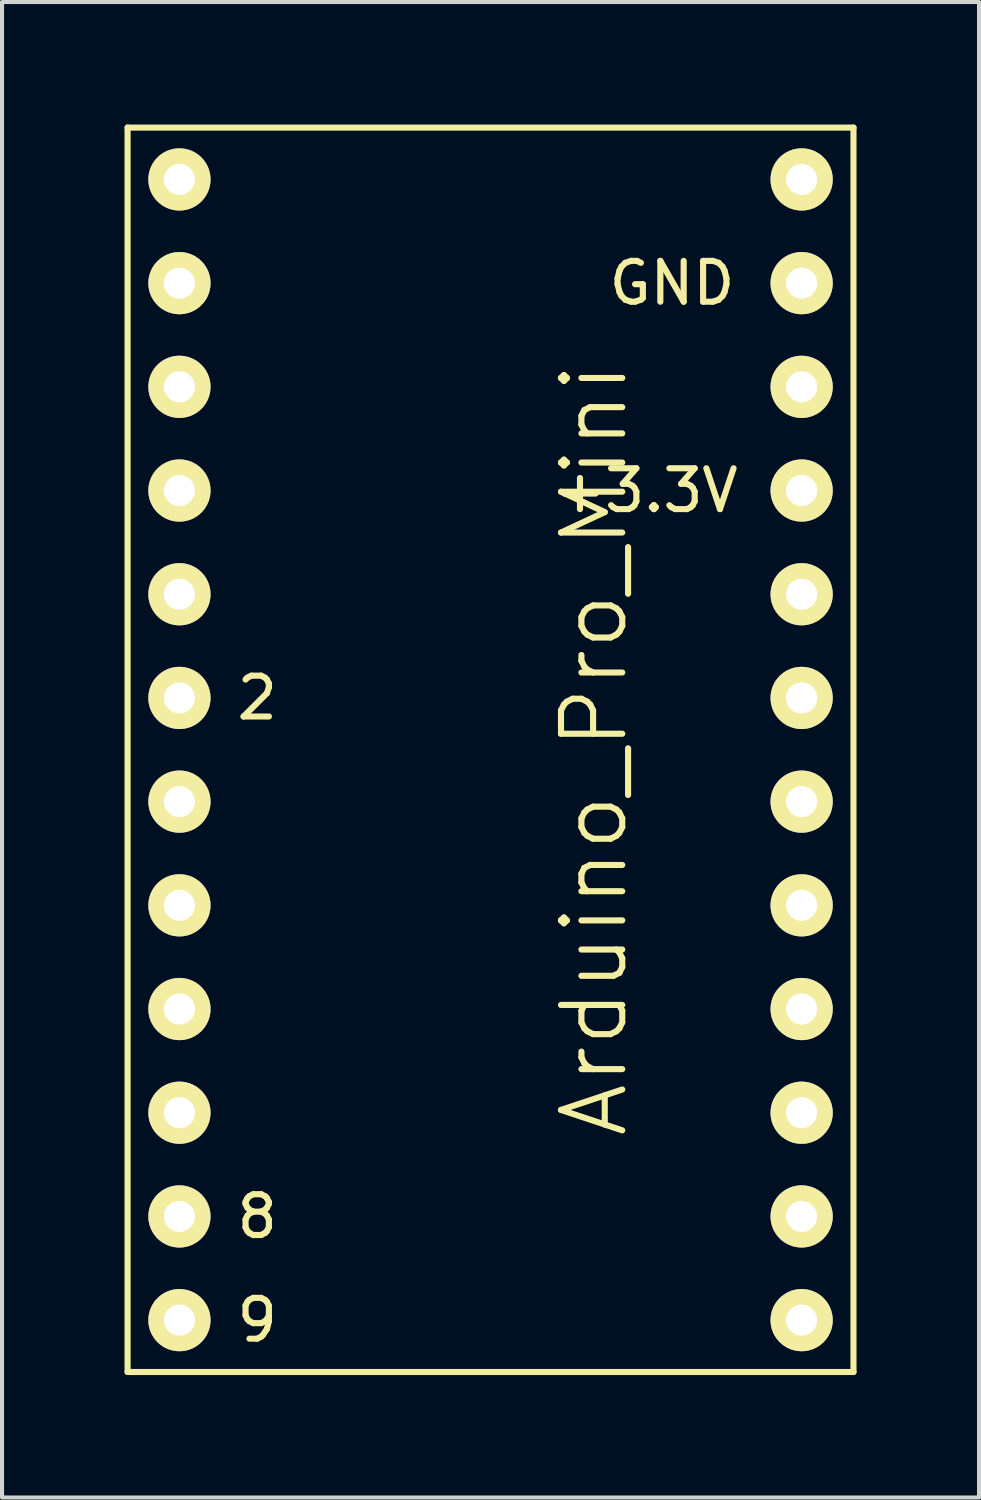
<source format=kicad_pcb>
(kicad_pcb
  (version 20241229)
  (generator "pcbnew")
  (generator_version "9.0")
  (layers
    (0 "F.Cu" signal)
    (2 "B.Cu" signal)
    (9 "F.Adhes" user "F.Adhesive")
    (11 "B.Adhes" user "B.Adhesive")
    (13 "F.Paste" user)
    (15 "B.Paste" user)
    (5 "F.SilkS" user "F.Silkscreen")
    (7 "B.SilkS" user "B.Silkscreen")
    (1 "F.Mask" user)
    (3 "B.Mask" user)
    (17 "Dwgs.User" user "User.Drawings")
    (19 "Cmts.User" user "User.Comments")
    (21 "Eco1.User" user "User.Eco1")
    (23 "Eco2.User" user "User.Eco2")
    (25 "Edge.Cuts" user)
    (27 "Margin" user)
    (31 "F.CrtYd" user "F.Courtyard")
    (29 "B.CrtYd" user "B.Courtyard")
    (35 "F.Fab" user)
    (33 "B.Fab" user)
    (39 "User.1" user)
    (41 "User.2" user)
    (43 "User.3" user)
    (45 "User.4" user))
  (footprint "Arduino_Pro_Mini"
    (layer "F.Cu")
    (at 8.965 29.285)
    (property "Reference" "Arduino_Pro_Mini" (at 2.54 -13.97 90) (layer "F.SilkS") (effects (font (size 1.5 1.5) (thickness 0.15))))
    (attr through_hole)
    (fp_line (start -8.89 -29.21) (end 8.89 -29.21) (stroke (width 0.15) (type solid)) (layer "F.SilkS"))
    (fp_line (start -8.89 1.27) (end -8.89 -29.21) (stroke (width 0.15) (type solid)) (layer "F.SilkS"))
    (fp_line (start 8.89 -29.21) (end 8.89 1.27) (stroke (width 0.15) (type solid)) (layer "F.SilkS"))
    (fp_line (start 8.89 1.27) (end -8.89 1.27) (stroke (width 0.15) (type solid)) (layer "F.SilkS"))
    (fp_text user "8" (at -5.715 -2.54 0) (layer "F.SilkS") (effects (font (size 1 1) (thickness 0.15))))
    (fp_text user "9" (at -5.715 0 0) (layer "F.SilkS") (effects (font (size 1 1) (thickness 0.15))))
    (fp_text user "+3.3V" (at 3.81 -20.32 0) (layer "F.SilkS") (effects (font (size 1 1) (thickness 0.15))))
    (fp_text user "2" (at -5.715 -15.24 0) (layer "F.SilkS") (effects (font (size 1 1) (thickness 0.15))))
    (fp_text user "GND" (at 4.445 -25.4 0) (layer "F.SilkS") (effects (font (size 1 1) (thickness 0.15))))
    (pad "1" thru_hole circle (at -7.62 -27.94) (size 1.524 1.524) (drill 0.762) (layers "*.Cu" "*.Mask" "F.SilkS"))
    (pad "2" thru_hole circle (at -7.62 -25.4) (size 1.524 1.524) (drill 0.762) (layers "*.Cu" "*.Mask" "F.SilkS"))
    (pad "3" thru_hole circle (at -7.62 -22.86) (size 1.524 1.524) (drill 0.762) (layers "*.Cu" "*.Mask" "F.SilkS"))
    (pad "4" thru_hole circle (at -7.62 -20.32) (size 1.524 1.524) (drill 0.762) (layers "*.Cu" "*.Mask" "F.SilkS"))
    (pad "5" thru_hole circle (at -7.62 -17.78) (size 1.524 1.524) (drill 0.762) (layers "*.Cu" "*.Mask" "F.SilkS"))
    (pad "6" thru_hole circle (at -7.62 -15.24) (size 1.524 1.524) (drill 0.762) (layers "*.Cu" "*.Mask" "F.SilkS"))
    (pad "7" thru_hole circle (at -7.62 -12.7) (size 1.524 1.524) (drill 0.762) (layers "*.Cu" "*.Mask" "F.SilkS"))
    (pad "8" thru_hole circle (at -7.62 -10.16) (size 1.524 1.524) (drill 0.762) (layers "*.Cu" "*.Mask" "F.SilkS"))
    (pad "9" thru_hole circle (at -7.62 -7.62) (size 1.524 1.524) (drill 0.762) (layers "*.Cu" "*.Mask" "F.SilkS"))
    (pad "10" thru_hole circle (at -7.62 -5.08) (size 1.524 1.524) (drill 0.762) (layers "*.Cu" "*.Mask" "F.SilkS"))
    (pad "11" thru_hole circle (at -7.62 -2.54) (size 1.524 1.524) (drill 0.762) (layers "*.Cu" "*.Mask" "F.SilkS"))
    (pad "12" thru_hole circle (at -7.62 0) (size 1.524 1.524) (drill 0.762) (layers "*.Cu" "*.Mask" "F.SilkS"))
    (pad "13" thru_hole circle (at 7.62 0) (size 1.524 1.524) (drill 0.762) (layers "*.Cu" "*.Mask" "F.SilkS"))
    (pad "14" thru_hole circle (at 7.62 -2.54) (size 1.524 1.524) (drill 0.762) (layers "*.Cu" "*.Mask" "F.SilkS"))
    (pad "15" thru_hole circle (at 7.62 -5.08) (size 1.524 1.524) (drill 0.762) (layers "*.Cu" "*.Mask" "F.SilkS"))
    (pad "16" thru_hole circle (at 7.62 -7.62) (size 1.524 1.524) (drill 0.762) (layers "*.Cu" "*.Mask" "F.SilkS"))
    (pad "17" thru_hole circle (at 7.62 -10.16) (size 1.524 1.524) (drill 0.762) (layers "*.Cu" "*.Mask" "F.SilkS"))
    (pad "18" thru_hole circle (at 7.62 -12.7) (size 1.524 1.524) (drill 0.762) (layers "*.Cu" "*.Mask" "F.SilkS"))
    (pad "19" thru_hole circle (at 7.62 -15.24) (size 1.524 1.524) (drill 0.762) (layers "*.Cu" "*.Mask" "F.SilkS"))
    (pad "20" thru_hole circle (at 7.62 -17.78) (size 1.524 1.524) (drill 0.762) (layers "*.Cu" "*.Mask" "F.SilkS"))
    (pad "21" thru_hole circle (at 7.62 -20.32) (size 1.524 1.524) (drill 0.762) (layers "*.Cu" "*.Mask" "F.SilkS"))
    (pad "22" thru_hole circle (at 7.62 -22.86) (size 1.524 1.524) (drill 0.762) (layers "*.Cu" "*.Mask" "F.SilkS"))
    (pad "23" thru_hole circle (at 7.62 -25.4) (size 1.524 1.524) (drill 0.762) (layers "*.Cu" "*.Mask" "F.SilkS"))
    (pad "24" thru_hole circle (at 7.62 -27.94) (size 1.524 1.524) (drill 0.762) (layers "*.Cu" "*.Mask" "F.SilkS")))
  (gr_rect
    (start -3 -3)
    (end 20.93 33.63)
    (stroke (width 0.1) (type default))
    (fill no)
    (layer "Edge.Cuts")))
</source>
